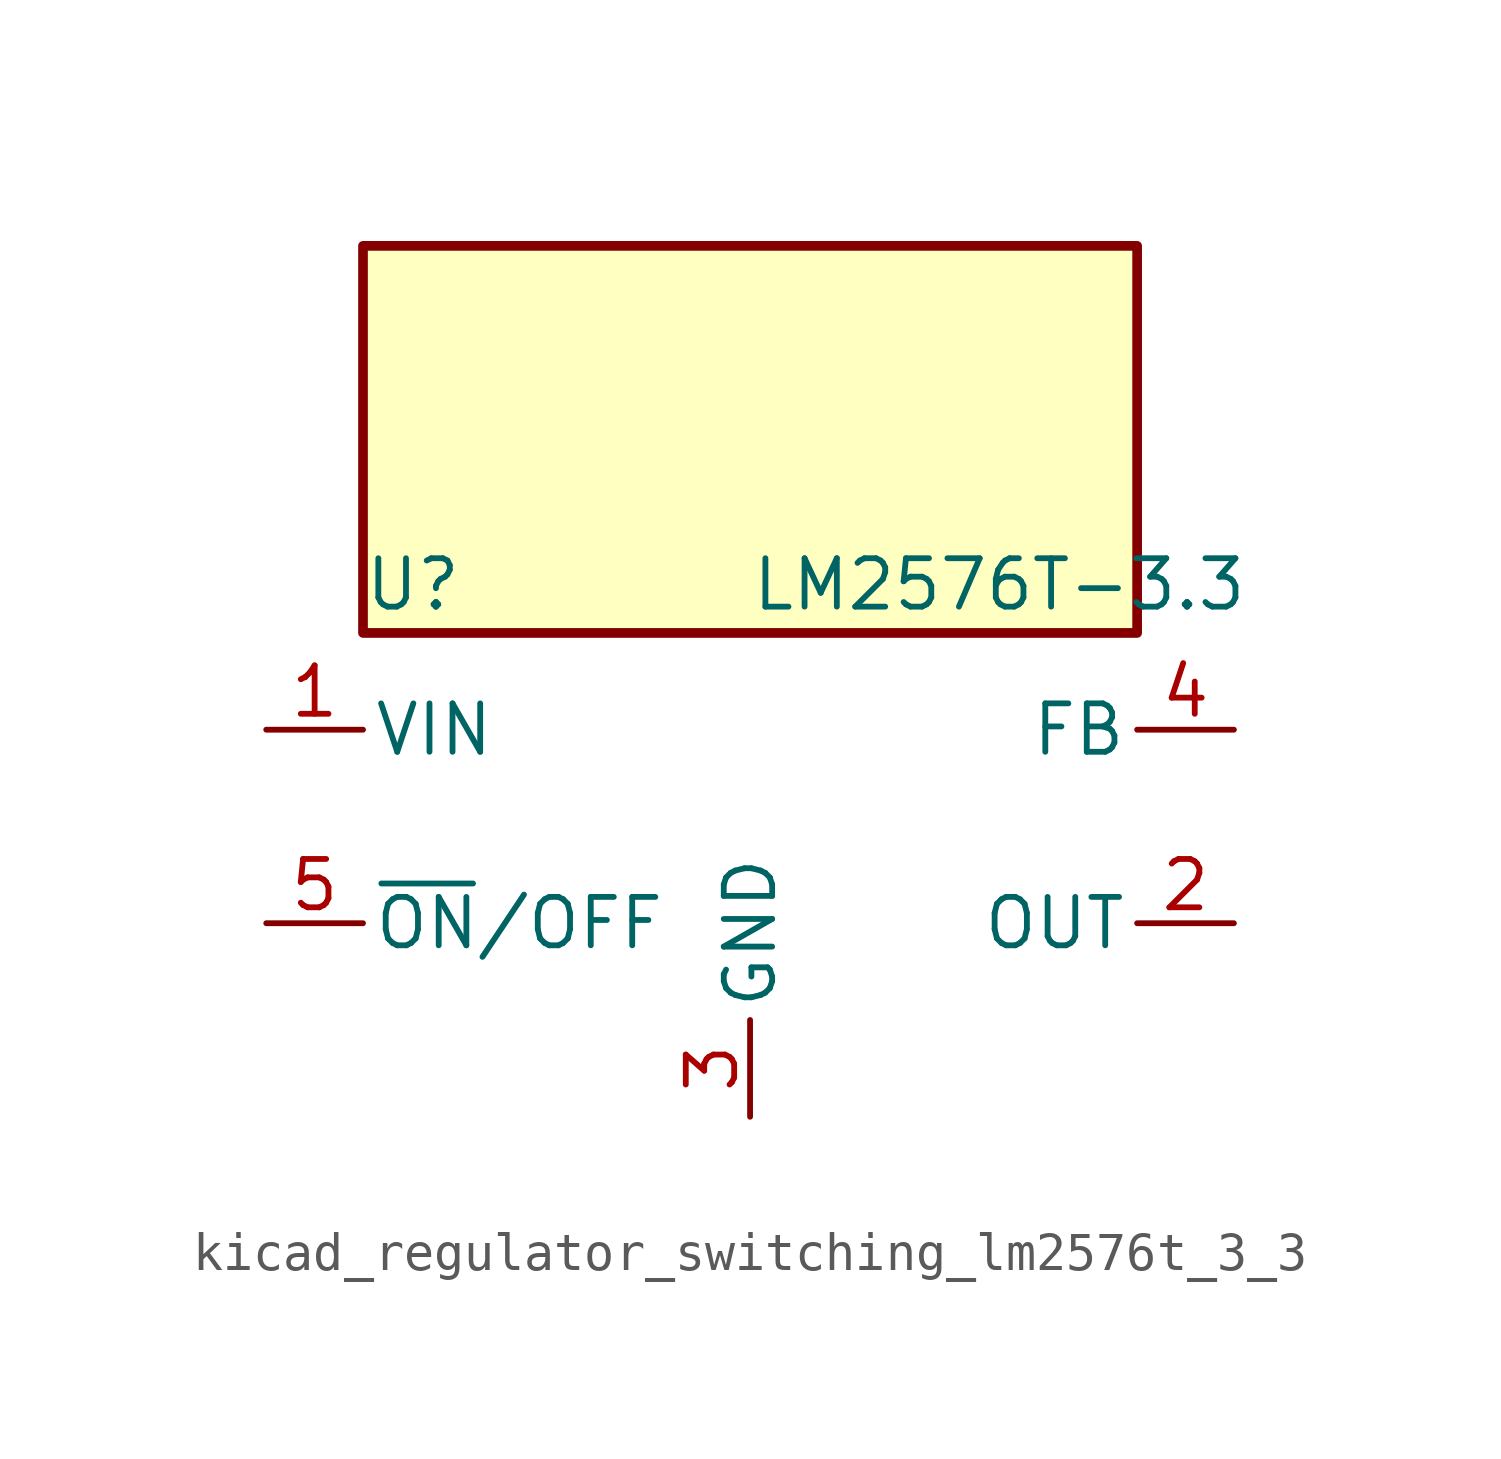
<source format=kicad_sym>
(kicad_symbol_lib
  (version 20220914)
  (generator kicad_symbol_editor)
  (symbol "kicad_regulator_switching_lm2576t_3_3"
    (pin_names
      (offset 0.254))
    (property "Reference" "U"
      (at -10.16 6.35 0)
      (effects (font (size 1.27 1.27)) (justify left)))
    (property "Value" "LM2576T-3.3"
      (at 0 6.35 0)
      (effects (font (size 1.27 1.27)) (justify left)))
    (symbol "kicad_regulator_switching_lm2576t_3_3_0_1"
      (rectangle (start 10.16 15.24) (end -10.16 5.08) (stroke (width 0.254) (type default)) (fill (type background))))
    (symbol "kicad_regulator_switching_lm2576t_3_3_1_1"
      (pin power_in line (at -12.7 2.54 0) (length 2.54) (name "VIN" (effects (font (size 1.27 1.27)))) (number "1" (effects (font (size 1.27 1.27)))))
      (pin output line (at 12.7 -2.54 180) (length 2.54) (name "OUT" (effects (font (size 1.27 1.27)))) (number "2" (effects (font (size 1.27 1.27)))))
      (pin power_in line (at 0 -7.62 90) (length 2.54) (name "GND" (effects (font (size 1.27 1.27)))) (number "3" (effects (font (size 1.27 1.27)))))
      (pin input line (at 12.7 2.54 180) (length 2.54) (name "FB" (effects (font (size 1.27 1.27)))) (number "4" (effects (font (size 1.27 1.27)))))
      (pin input line (at -12.7 -2.54 0) (length 2.54) (name "~{ON}/OFF" (effects (font (size 1.27 1.27)))) (number "5" (effects (font (size 1.27 1.27))))))))
</source>
